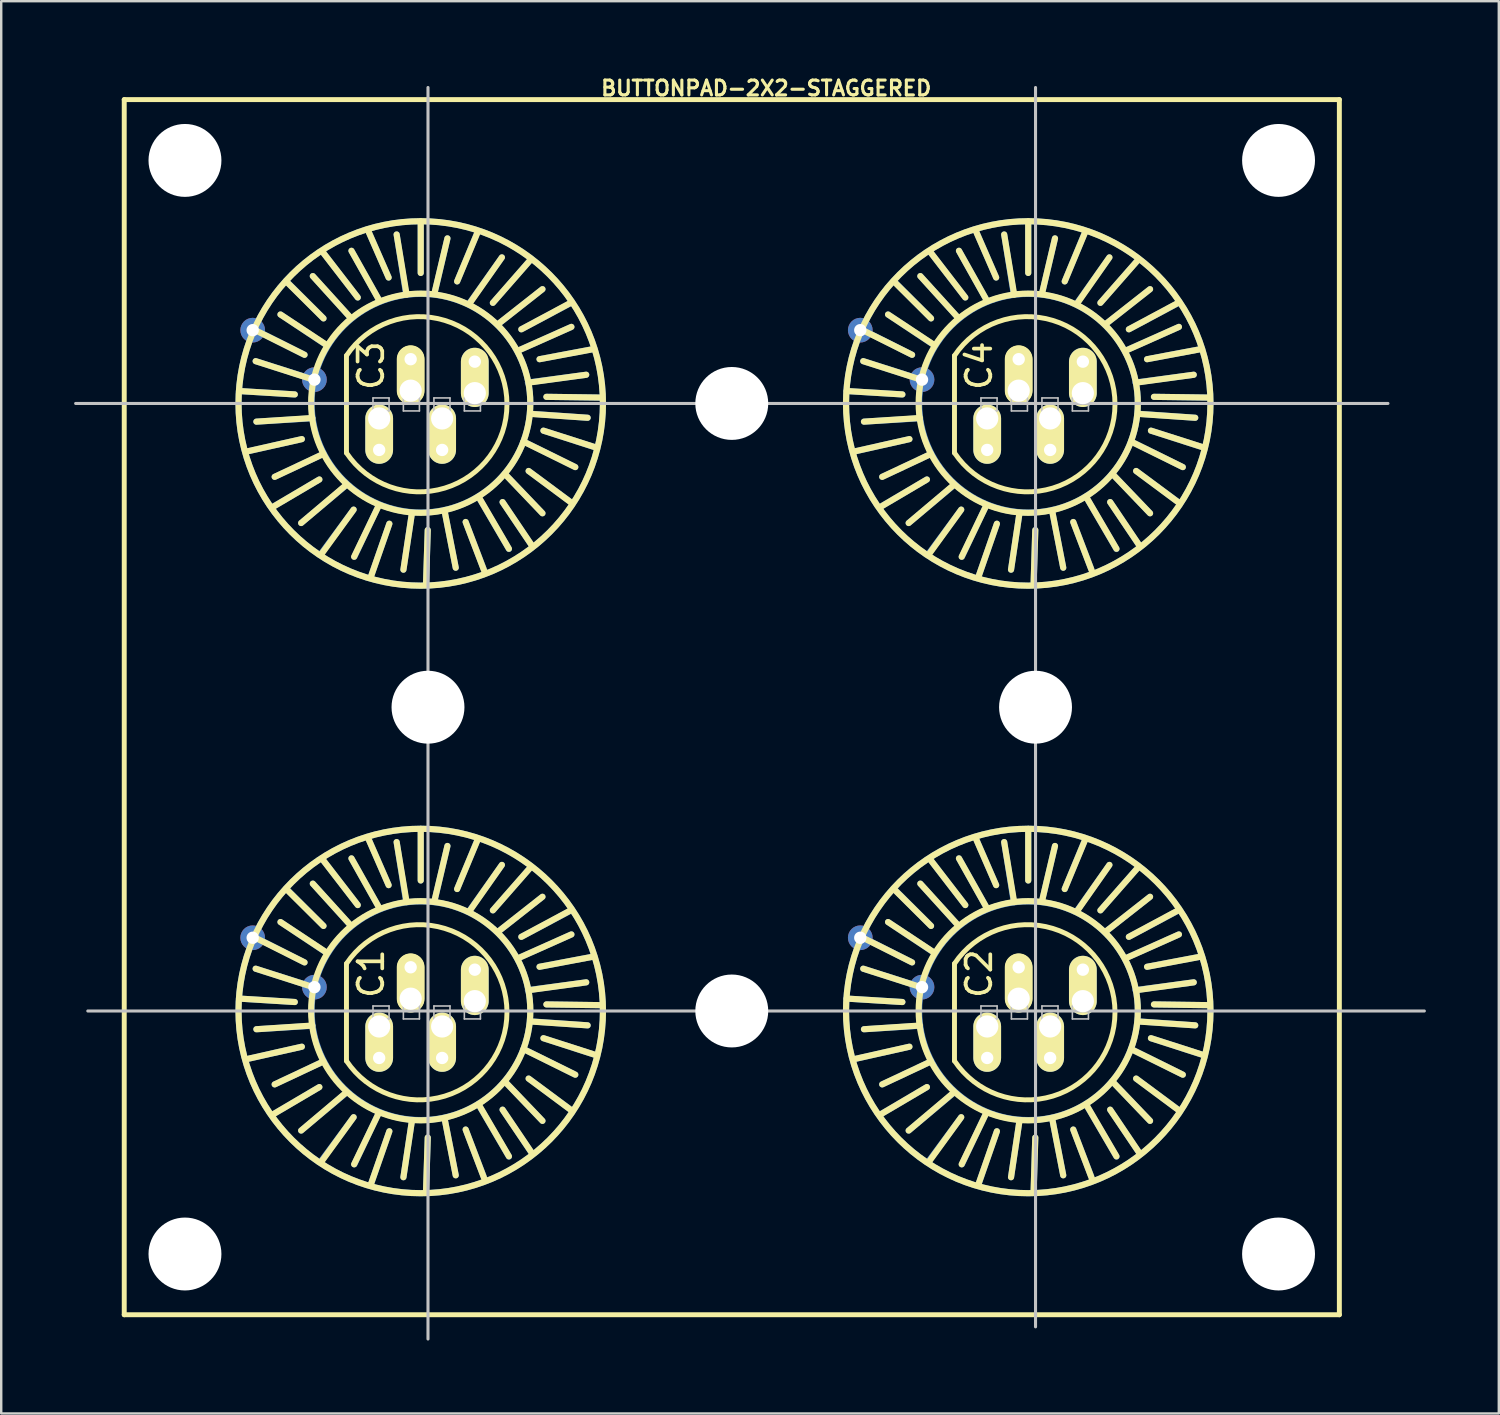
<source format=kicad_pcb>
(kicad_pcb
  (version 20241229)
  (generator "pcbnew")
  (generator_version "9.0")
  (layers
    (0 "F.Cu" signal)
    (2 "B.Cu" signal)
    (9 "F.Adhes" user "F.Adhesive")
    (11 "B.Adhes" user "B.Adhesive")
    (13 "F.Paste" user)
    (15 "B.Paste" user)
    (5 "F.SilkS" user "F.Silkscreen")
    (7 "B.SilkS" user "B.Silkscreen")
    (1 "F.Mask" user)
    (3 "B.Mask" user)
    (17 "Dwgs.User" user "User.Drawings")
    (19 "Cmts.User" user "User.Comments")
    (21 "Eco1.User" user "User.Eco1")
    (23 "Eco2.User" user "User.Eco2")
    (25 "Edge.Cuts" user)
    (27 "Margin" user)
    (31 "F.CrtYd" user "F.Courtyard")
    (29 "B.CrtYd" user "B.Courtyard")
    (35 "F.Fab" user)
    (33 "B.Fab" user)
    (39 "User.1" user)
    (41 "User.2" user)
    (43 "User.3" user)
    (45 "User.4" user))
  (footprint "BUTTONPAD-2X2-STAGGERED"
    (layer "F.Cu")
    (at 2.062 51.049)
    (property "Reference" "BUTTONPAD-2X2-STAGGERED" (at 26.416 -50.47 0) (layer "F.SilkS") (effects (font (size 0.61 0.61) (thickness 0.127))))
    (attr exclude_from_pos_files exclude_from_bom)
    (fp_line (start 4.719 -38.009) (end 7.018 -37.869) (stroke (width 0.254) (type solid)) (layer "B.Cu"))
    (fp_line (start 4.719 -13.01) (end 7.018 -12.868) (stroke (width 0.254) (type solid)) (layer "B.Cu"))
    (fp_line (start 5.039 -35.519) (end 7.308 -36.03) (stroke (width 0.254) (type solid)) (layer "B.Cu"))
    (fp_line (start 5.039 -10.518) (end 7.308 -11.029) (stroke (width 0.254) (type solid)) (layer "B.Cu"))
    (fp_line (start 5.359 -40.538) (end 7.419 -39.5) (stroke (width 0.254) (type solid)) (layer "B.Cu"))
    (fp_line (start 5.359 -15.54) (end 7.419 -14.498) (stroke (width 0.254) (type solid)) (layer "B.Cu"))
    (fp_line (start 6.129 -33.249) (end 8.029 -34.369) (stroke (width 0.254) (type solid)) (layer "B.Cu"))
    (fp_line (start 6.129 -8.25) (end 8.029 -9.368) (stroke (width 0.254) (type solid)) (layer "B.Cu"))
    (fp_line (start 6.698 -42.499) (end 8.199 -40.998) (stroke (width 0.254) (type solid)) (layer "B.Cu"))
    (fp_line (start 6.698 -17.498) (end 8.199 -15.999) (stroke (width 0.254) (type solid)) (layer "B.Cu"))
    (fp_line (start 7.739 -38.499) (end 5.408 -39.238) (stroke (width 0.254) (type solid)) (layer "B.Cu"))
    (fp_line (start 7.739 -36.888) (end 5.438 -36.749) (stroke (width 0.254) (type solid)) (layer "B.Cu"))
    (fp_line (start 7.739 -13.498) (end 5.408 -14.239) (stroke (width 0.254) (type solid)) (layer "B.Cu"))
    (fp_line (start 7.739 -11.89) (end 5.438 -11.748) (stroke (width 0.254) (type solid)) (layer "B.Cu"))
    (fp_line (start 8.108 -31.328) (end 9.439 -33.129) (stroke (width 0.254) (type solid)) (layer "B.Cu"))
    (fp_line (start 8.108 -6.33) (end 9.439 -8.128) (stroke (width 0.254) (type solid)) (layer "B.Cu"))
    (fp_line (start 8.189 -43.698) (end 9.609 -41.859) (stroke (width 0.254) (type solid)) (layer "B.Cu"))
    (fp_line (start 8.189 -35.418) (end 6.19 -34.478) (stroke (width 0.254) (type solid)) (layer "B.Cu"))
    (fp_line (start 8.189 -18.699) (end 9.609 -16.858) (stroke (width 0.254) (type solid)) (layer "B.Cu"))
    (fp_line (start 8.189 -10.419) (end 6.19 -9.479) (stroke (width 0.254) (type solid)) (layer "B.Cu"))
    (fp_line (start 8.349 -39.878) (end 6.429 -41.158) (stroke (width 0.254) (type solid)) (layer "B.Cu"))
    (fp_line (start 8.349 -14.879) (end 6.429 -16.159) (stroke (width 0.254) (type solid)) (layer "B.Cu"))
    (fp_line (start 9.129 -34.13) (end 7.28 -32.578) (stroke (width 0.254) (type solid)) (layer "B.Cu"))
    (fp_line (start 9.129 -9.129) (end 7.28 -7.579) (stroke (width 0.254) (type solid)) (layer "B.Cu"))
    (fp_line (start 9.289 -41.049) (end 7.76 -42.738) (stroke (width 0.254) (type solid)) (layer "B.Cu"))
    (fp_line (start 9.289 -16.048) (end 7.76 -17.739) (stroke (width 0.254) (type solid)) (layer "B.Cu"))
    (fp_line (start 10.038 -44.607) (end 10.879 -42.68) (stroke (width 0.254) (type solid)) (layer "B.Cu"))
    (fp_line (start 10.038 -19.609) (end 10.879 -17.678) (stroke (width 0.254) (type solid)) (layer "B.Cu"))
    (fp_line (start 10.168 -30.419) (end 10.909 -32.548) (stroke (width 0.254) (type solid)) (layer "B.Cu"))
    (fp_line (start 10.168 -5.418) (end 10.909 -7.549) (stroke (width 0.254) (type solid)) (layer "B.Cu"))
    (fp_line (start 10.46 -41.798) (end 9.35 -43.779) (stroke (width 0.254) (type solid)) (layer "B.Cu"))
    (fp_line (start 10.46 -33.279) (end 9.469 -31.189) (stroke (width 0.254) (type solid)) (layer "B.Cu"))
    (fp_line (start 10.46 -16.8) (end 9.35 -18.778) (stroke (width 0.254) (type solid)) (layer "B.Cu"))
    (fp_line (start 10.46 -8.278) (end 9.469 -6.19) (stroke (width 0.254) (type solid)) (layer "B.Cu"))
    (fp_line (start 10.49 -35.585) (end 10.49 -36.881) (stroke (width 1.143) (type solid)) (layer "B.Cu"))
    (fp_line (start 10.49 -10.566) (end 10.49 -11.862) (stroke (width 1.143) (type solid)) (layer "B.Cu"))
    (fp_line (start 11.587 -42.067) (end 11.209 -44.45) (stroke (width 0.254) (type solid)) (layer "B.Cu"))
    (fp_line (start 11.587 -17.069) (end 11.209 -19.449) (stroke (width 0.254) (type solid)) (layer "B.Cu"))
    (fp_line (start 11.829 -32.929) (end 11.488 -30.658) (stroke (width 0.254) (type solid)) (layer "B.Cu"))
    (fp_line (start 11.829 -7.93) (end 11.488 -5.659) (stroke (width 0.254) (type solid)) (layer "B.Cu"))
    (fp_line (start 12.2 -44.958) (end 12.2 -42.868) (stroke (width 0.254) (type solid)) (layer "B.Cu"))
    (fp_line (start 12.2 -19.959) (end 12.2 -17.869) (stroke (width 0.254) (type solid)) (layer "B.Cu"))
    (fp_line (start 12.418 -30.058) (end 12.489 -32.288) (stroke (width 0.254) (type solid)) (layer "B.Cu"))
    (fp_line (start 12.418 -5.06) (end 12.489 -7.29) (stroke (width 0.254) (type solid)) (layer "B.Cu"))
    (fp_line (start 12.789 -42.118) (end 13.299 -44.29) (stroke (width 0.254) (type solid)) (layer "B.Cu"))
    (fp_line (start 12.789 -17.12) (end 13.299 -19.289) (stroke (width 0.254) (type solid)) (layer "B.Cu"))
    (fp_line (start 13.081 -35.585) (end 13.081 -36.881) (stroke (width 1.143) (type solid)) (layer "B.Cu"))
    (fp_line (start 13.081 -10.566) (end 13.081 -11.862) (stroke (width 1.143) (type solid)) (layer "B.Cu"))
    (fp_line (start 13.188 -33.038) (end 13.64 -30.739) (stroke (width 0.254) (type solid)) (layer "B.Cu"))
    (fp_line (start 13.188 -8.039) (end 13.64 -5.738) (stroke (width 0.254) (type solid)) (layer "B.Cu"))
    (fp_line (start 14.178 -41.59) (end 15.54 -43.508) (stroke (width 0.254) (type solid)) (layer "B.Cu"))
    (fp_line (start 14.178 -16.589) (end 15.54 -18.509) (stroke (width 0.254) (type solid)) (layer "B.Cu"))
    (fp_line (start 14.425 -37.922) (end 14.425 -39.218) (stroke (width 1.143) (type solid)) (layer "B.Cu"))
    (fp_line (start 14.425 -12.903) (end 14.425 -14.199) (stroke (width 1.143) (type solid)) (layer "B.Cu"))
    (fp_line (start 14.529 -44.529) (end 13.698 -42.52) (stroke (width 0.254) (type solid)) (layer "B.Cu"))
    (fp_line (start 14.529 -19.528) (end 13.698 -17.518) (stroke (width 0.254) (type solid)) (layer "B.Cu"))
    (fp_line (start 14.608 -33.599) (end 15.829 -31.509) (stroke (width 0.254) (type solid)) (layer "B.Cu"))
    (fp_line (start 14.608 -8.598) (end 15.829 -6.507) (stroke (width 0.254) (type solid)) (layer "B.Cu"))
    (fp_line (start 14.788 -30.688) (end 14.049 -32.619) (stroke (width 0.254) (type solid)) (layer "B.Cu"))
    (fp_line (start 14.788 -5.69) (end 14.049 -7.62) (stroke (width 0.254) (type solid)) (layer "B.Cu"))
    (fp_line (start 15.38 -40.759) (end 17.209 -42.2) (stroke (width 0.254) (type solid)) (layer "B.Cu"))
    (fp_line (start 15.38 -15.758) (end 17.209 -17.198) (stroke (width 0.254) (type solid)) (layer "B.Cu"))
    (fp_line (start 15.7 -34.559) (end 17.209 -32.979) (stroke (width 0.254) (type solid)) (layer "B.Cu"))
    (fp_line (start 15.7 -9.558) (end 17.209 -7.978) (stroke (width 0.254) (type solid)) (layer "B.Cu"))
    (fp_line (start 16.18 -39.66) (end 18.4 -40.648) (stroke (width 0.254) (type solid)) (layer "B.Cu"))
    (fp_line (start 16.18 -14.658) (end 18.4 -15.649) (stroke (width 0.254) (type solid)) (layer "B.Cu"))
    (fp_line (start 16.5 -35.898) (end 18.56 -34.879) (stroke (width 0.254) (type solid)) (layer "B.Cu"))
    (fp_line (start 16.5 -10.899) (end 18.56 -9.878) (stroke (width 0.254) (type solid)) (layer "B.Cu"))
    (fp_line (start 16.609 -38.359) (end 19.009 -38.679) (stroke (width 0.254) (type solid)) (layer "B.Cu"))
    (fp_line (start 16.609 -13.358) (end 19.009 -13.678) (stroke (width 0.254) (type solid)) (layer "B.Cu"))
    (fp_line (start 16.718 -43.409) (end 15.169 -41.638) (stroke (width 0.254) (type solid)) (layer "B.Cu"))
    (fp_line (start 16.718 -18.41) (end 15.169 -16.64) (stroke (width 0.254) (type solid)) (layer "B.Cu"))
    (fp_line (start 16.739 -31.699) (end 15.568 -33.439) (stroke (width 0.254) (type solid)) (layer "B.Cu"))
    (fp_line (start 16.739 -6.698) (end 15.568 -8.438) (stroke (width 0.254) (type solid)) (layer "B.Cu"))
    (fp_line (start 16.8 -37.069) (end 19.068 -36.909) (stroke (width 0.254) (type solid)) (layer "B.Cu"))
    (fp_line (start 16.8 -12.068) (end 19.068 -11.908) (stroke (width 0.254) (type solid)) (layer "B.Cu"))
    (fp_line (start 18.349 -41.618) (end 16.34 -40.549) (stroke (width 0.254) (type solid)) (layer "B.Cu"))
    (fp_line (start 18.349 -16.619) (end 16.34 -15.55) (stroke (width 0.254) (type solid)) (layer "B.Cu"))
    (fp_line (start 18.369 -33.439) (end 16.64 -34.719) (stroke (width 0.254) (type solid)) (layer "B.Cu"))
    (fp_line (start 18.369 -8.438) (end 16.64 -9.718) (stroke (width 0.254) (type solid)) (layer "B.Cu"))
    (fp_line (start 19.309 -39.738) (end 17.089 -39.319) (stroke (width 0.254) (type solid)) (layer "B.Cu"))
    (fp_line (start 19.309 -14.74) (end 17.089 -14.318) (stroke (width 0.254) (type solid)) (layer "B.Cu"))
    (fp_line (start 19.418 -35.679) (end 17.249 -36.378) (stroke (width 0.254) (type solid)) (layer "B.Cu"))
    (fp_line (start 19.418 -10.678) (end 17.249 -11.379) (stroke (width 0.254) (type solid)) (layer "B.Cu"))
    (fp_line (start 19.578 -37.739) (end 17.379 -37.77) (stroke (width 0.254) (type solid)) (layer "B.Cu"))
    (fp_line (start 19.578 -12.738) (end 17.379 -12.769) (stroke (width 0.254) (type solid)) (layer "B.Cu"))
    (fp_line (start 29.718 -38.009) (end 32.019 -37.869) (stroke (width 0.254) (type solid)) (layer "B.Cu"))
    (fp_line (start 29.718 -13.01) (end 32.019 -12.868) (stroke (width 0.254) (type solid)) (layer "B.Cu"))
    (fp_line (start 30.038 -35.519) (end 32.309 -36.03) (stroke (width 0.254) (type solid)) (layer "B.Cu"))
    (fp_line (start 30.038 -10.518) (end 32.309 -11.029) (stroke (width 0.254) (type solid)) (layer "B.Cu"))
    (fp_line (start 30.358 -40.538) (end 32.418 -39.5) (stroke (width 0.254) (type solid)) (layer "B.Cu"))
    (fp_line (start 30.358 -15.54) (end 32.418 -14.498) (stroke (width 0.254) (type solid)) (layer "B.Cu"))
    (fp_line (start 31.128 -33.249) (end 33.028 -34.369) (stroke (width 0.254) (type solid)) (layer "B.Cu"))
    (fp_line (start 31.128 -8.25) (end 33.028 -9.368) (stroke (width 0.254) (type solid)) (layer "B.Cu"))
    (fp_line (start 31.699 -42.499) (end 33.198 -40.998) (stroke (width 0.254) (type solid)) (layer "B.Cu"))
    (fp_line (start 31.699 -17.498) (end 33.198 -15.999) (stroke (width 0.254) (type solid)) (layer "B.Cu"))
    (fp_line (start 32.738 -38.499) (end 30.409 -39.238) (stroke (width 0.254) (type solid)) (layer "B.Cu"))
    (fp_line (start 32.738 -36.888) (end 30.439 -36.749) (stroke (width 0.254) (type solid)) (layer "B.Cu"))
    (fp_line (start 32.738 -13.498) (end 30.409 -14.239) (stroke (width 0.254) (type solid)) (layer "B.Cu"))
    (fp_line (start 32.738 -11.89) (end 30.439 -11.748) (stroke (width 0.254) (type solid)) (layer "B.Cu"))
    (fp_line (start 33.109 -31.328) (end 34.44 -33.129) (stroke (width 0.254) (type solid)) (layer "B.Cu"))
    (fp_line (start 33.109 -6.33) (end 34.44 -8.128) (stroke (width 0.254) (type solid)) (layer "B.Cu"))
    (fp_line (start 33.188 -43.698) (end 34.608 -41.859) (stroke (width 0.254) (type solid)) (layer "B.Cu"))
    (fp_line (start 33.188 -35.418) (end 31.189 -34.478) (stroke (width 0.254) (type solid)) (layer "B.Cu"))
    (fp_line (start 33.188 -18.699) (end 34.608 -16.858) (stroke (width 0.254) (type solid)) (layer "B.Cu"))
    (fp_line (start 33.188 -10.419) (end 31.189 -9.479) (stroke (width 0.254) (type solid)) (layer "B.Cu"))
    (fp_line (start 33.348 -39.878) (end 31.43 -41.158) (stroke (width 0.254) (type solid)) (layer "B.Cu"))
    (fp_line (start 33.348 -14.879) (end 31.43 -16.159) (stroke (width 0.254) (type solid)) (layer "B.Cu"))
    (fp_line (start 34.13 -34.13) (end 32.278 -32.578) (stroke (width 0.254) (type solid)) (layer "B.Cu"))
    (fp_line (start 34.13 -9.129) (end 32.278 -7.579) (stroke (width 0.254) (type solid)) (layer "B.Cu"))
    (fp_line (start 34.29 -41.049) (end 32.758 -42.738) (stroke (width 0.254) (type solid)) (layer "B.Cu"))
    (fp_line (start 34.29 -16.048) (end 32.758 -17.739) (stroke (width 0.254) (type solid)) (layer "B.Cu"))
    (fp_line (start 35.039 -44.607) (end 35.877 -42.68) (stroke (width 0.254) (type solid)) (layer "B.Cu"))
    (fp_line (start 35.039 -19.609) (end 35.877 -17.678) (stroke (width 0.254) (type solid)) (layer "B.Cu"))
    (fp_line (start 35.169 -30.419) (end 35.908 -32.548) (stroke (width 0.254) (type solid)) (layer "B.Cu"))
    (fp_line (start 35.169 -5.418) (end 35.908 -7.549) (stroke (width 0.254) (type solid)) (layer "B.Cu"))
    (fp_line (start 35.458 -41.798) (end 34.348 -43.779) (stroke (width 0.254) (type solid)) (layer "B.Cu"))
    (fp_line (start 35.458 -33.279) (end 34.468 -31.189) (stroke (width 0.254) (type solid)) (layer "B.Cu"))
    (fp_line (start 35.458 -16.8) (end 34.348 -18.778) (stroke (width 0.254) (type solid)) (layer "B.Cu"))
    (fp_line (start 35.458 -8.278) (end 34.468 -6.19) (stroke (width 0.254) (type solid)) (layer "B.Cu"))
    (fp_line (start 35.509 -35.585) (end 35.509 -36.881) (stroke (width 1.143) (type solid)) (layer "B.Cu"))
    (fp_line (start 35.509 -10.566) (end 35.509 -11.862) (stroke (width 1.143) (type solid)) (layer "B.Cu"))
    (fp_line (start 36.589 -42.067) (end 36.208 -44.45) (stroke (width 0.254) (type solid)) (layer "B.Cu"))
    (fp_line (start 36.589 -17.069) (end 36.208 -19.449) (stroke (width 0.254) (type solid)) (layer "B.Cu"))
    (fp_line (start 36.83 -32.929) (end 36.49 -30.658) (stroke (width 0.254) (type solid)) (layer "B.Cu"))
    (fp_line (start 36.83 -7.93) (end 36.49 -5.659) (stroke (width 0.254) (type solid)) (layer "B.Cu"))
    (fp_line (start 37.198 -44.958) (end 37.198 -42.868) (stroke (width 0.254) (type solid)) (layer "B.Cu"))
    (fp_line (start 37.198 -19.959) (end 37.198 -17.869) (stroke (width 0.254) (type solid)) (layer "B.Cu"))
    (fp_line (start 37.419 -30.058) (end 37.488 -32.288) (stroke (width 0.254) (type solid)) (layer "B.Cu"))
    (fp_line (start 37.419 -5.06) (end 37.488 -7.29) (stroke (width 0.254) (type solid)) (layer "B.Cu"))
    (fp_line (start 37.788 -42.118) (end 38.298 -44.29) (stroke (width 0.254) (type solid)) (layer "B.Cu"))
    (fp_line (start 37.788 -17.12) (end 38.298 -19.289) (stroke (width 0.254) (type solid)) (layer "B.Cu"))
    (fp_line (start 38.1 -35.585) (end 38.1 -36.881) (stroke (width 1.143) (type solid)) (layer "B.Cu"))
    (fp_line (start 38.1 -10.566) (end 38.1 -11.862) (stroke (width 1.143) (type solid)) (layer "B.Cu"))
    (fp_line (start 38.189 -33.038) (end 38.638 -30.739) (stroke (width 0.254) (type solid)) (layer "B.Cu"))
    (fp_line (start 38.189 -8.039) (end 38.638 -5.738) (stroke (width 0.254) (type solid)) (layer "B.Cu"))
    (fp_line (start 39.179 -41.59) (end 40.538 -43.508) (stroke (width 0.254) (type solid)) (layer "B.Cu"))
    (fp_line (start 39.179 -16.589) (end 40.538 -18.509) (stroke (width 0.254) (type solid)) (layer "B.Cu"))
    (fp_line (start 39.446 -37.922) (end 39.446 -39.218) (stroke (width 1.143) (type solid)) (layer "B.Cu"))
    (fp_line (start 39.446 -12.903) (end 39.446 -14.199) (stroke (width 1.143) (type solid)) (layer "B.Cu"))
    (fp_line (start 39.527 -44.529) (end 38.699 -42.52) (stroke (width 0.254) (type solid)) (layer "B.Cu"))
    (fp_line (start 39.527 -19.528) (end 38.699 -17.518) (stroke (width 0.254) (type solid)) (layer "B.Cu"))
    (fp_line (start 39.609 -33.599) (end 40.828 -31.509) (stroke (width 0.254) (type solid)) (layer "B.Cu"))
    (fp_line (start 39.609 -8.598) (end 40.828 -6.507) (stroke (width 0.254) (type solid)) (layer "B.Cu"))
    (fp_line (start 39.789 -30.688) (end 39.05 -32.619) (stroke (width 0.254) (type solid)) (layer "B.Cu"))
    (fp_line (start 39.789 -5.69) (end 39.05 -7.62) (stroke (width 0.254) (type solid)) (layer "B.Cu"))
    (fp_line (start 40.378 -40.759) (end 42.21 -42.2) (stroke (width 0.254) (type solid)) (layer "B.Cu"))
    (fp_line (start 40.378 -15.758) (end 42.21 -17.198) (stroke (width 0.254) (type solid)) (layer "B.Cu"))
    (fp_line (start 40.698 -34.559) (end 42.21 -32.979) (stroke (width 0.254) (type solid)) (layer "B.Cu"))
    (fp_line (start 40.698 -9.558) (end 42.21 -7.978) (stroke (width 0.254) (type solid)) (layer "B.Cu"))
    (fp_line (start 41.178 -39.66) (end 43.398 -40.648) (stroke (width 0.254) (type solid)) (layer "B.Cu"))
    (fp_line (start 41.178 -14.658) (end 43.398 -15.649) (stroke (width 0.254) (type solid)) (layer "B.Cu"))
    (fp_line (start 41.499 -35.898) (end 43.558 -34.879) (stroke (width 0.254) (type solid)) (layer "B.Cu"))
    (fp_line (start 41.499 -10.899) (end 43.558 -9.878) (stroke (width 0.254) (type solid)) (layer "B.Cu"))
    (fp_line (start 41.608 -38.359) (end 44.008 -38.679) (stroke (width 0.254) (type solid)) (layer "B.Cu"))
    (fp_line (start 41.608 -13.358) (end 44.008 -13.678) (stroke (width 0.254) (type solid)) (layer "B.Cu"))
    (fp_line (start 41.719 -43.409) (end 40.168 -41.638) (stroke (width 0.254) (type solid)) (layer "B.Cu"))
    (fp_line (start 41.719 -18.41) (end 40.168 -16.64) (stroke (width 0.254) (type solid)) (layer "B.Cu"))
    (fp_line (start 41.74 -31.699) (end 40.569 -33.439) (stroke (width 0.254) (type solid)) (layer "B.Cu"))
    (fp_line (start 41.74 -6.698) (end 40.569 -8.438) (stroke (width 0.254) (type solid)) (layer "B.Cu"))
    (fp_line (start 41.798 -37.069) (end 44.069 -36.909) (stroke (width 0.254) (type solid)) (layer "B.Cu"))
    (fp_line (start 41.798 -12.068) (end 44.069 -11.908) (stroke (width 0.254) (type solid)) (layer "B.Cu"))
    (fp_line (start 43.348 -41.618) (end 41.339 -40.549) (stroke (width 0.254) (type solid)) (layer "B.Cu"))
    (fp_line (start 43.348 -16.619) (end 41.339 -15.55) (stroke (width 0.254) (type solid)) (layer "B.Cu"))
    (fp_line (start 43.368 -33.439) (end 41.638 -34.719) (stroke (width 0.254) (type solid)) (layer "B.Cu"))
    (fp_line (start 43.368 -8.438) (end 41.638 -9.718) (stroke (width 0.254) (type solid)) (layer "B.Cu"))
    (fp_line (start 44.308 -39.738) (end 42.088 -39.319) (stroke (width 0.254) (type solid)) (layer "B.Cu"))
    (fp_line (start 44.308 -14.74) (end 42.088 -14.318) (stroke (width 0.254) (type solid)) (layer "B.Cu"))
    (fp_line (start 44.42 -35.679) (end 42.248 -36.378) (stroke (width 0.254) (type solid)) (layer "B.Cu"))
    (fp_line (start 44.42 -10.678) (end 42.248 -11.379) (stroke (width 0.254) (type solid)) (layer "B.Cu"))
    (fp_line (start 44.58 -37.739) (end 42.38 -37.77) (stroke (width 0.254) (type solid)) (layer "B.Cu"))
    (fp_line (start 44.58 -12.738) (end 42.38 -12.769) (stroke (width 0.254) (type solid)) (layer "B.Cu"))
    (fp_circle (center 12.2 -37.498) (end 12.2 -44.996) (stroke (width 0.254) (type solid)) (fill no) (layer "B.Cu"))
    (fp_circle (center 12.2 -12.499) (end 12.2 -19.997) (stroke (width 0.254) (type solid)) (fill no) (layer "B.Cu"))
    (fp_circle (center 12.21 -37.508) (end 12.21 -42.007) (stroke (width 0.254) (type solid)) (fill no) (layer "B.Cu"))
    (fp_circle (center 12.21 -12.509) (end 12.21 -17.008) (stroke (width 0.254) (type solid)) (fill no) (layer "B.Cu"))
    (fp_circle (center 37.198 -37.498) (end 37.198 -44.996) (stroke (width 0.254) (type solid)) (fill no) (layer "B.Cu"))
    (fp_circle (center 37.198 -12.499) (end 37.198 -19.997) (stroke (width 0.254) (type solid)) (fill no) (layer "B.Cu"))
    (fp_circle (center 37.208 -37.508) (end 37.208 -42.007) (stroke (width 0.254) (type solid)) (fill no) (layer "B.Cu"))
    (fp_circle (center 37.208 -12.509) (end 37.208 -17.008) (stroke (width 0.254) (type solid)) (fill no) (layer "B.Cu"))
    (fp_line (start 0 -50) (end 50 -50) (stroke (width 0.203) (type solid)) (layer "F.SilkS"))
    (fp_line (start 0 0) (end 0 -50) (stroke (width 0.203) (type solid)) (layer "F.SilkS"))
    (fp_line (start 4.729 -38.009) (end 7.018 -37.869) (stroke (width 0.254) (type solid)) (layer "F.SilkS"))
    (fp_line (start 4.729 -13.01) (end 7.018 -12.868) (stroke (width 0.254) (type solid)) (layer "F.SilkS"))
    (fp_line (start 5.359 -40.528) (end 7.419 -39.5) (stroke (width 0.254) (type solid)) (layer "F.SilkS"))
    (fp_line (start 5.359 -15.53) (end 7.419 -14.498) (stroke (width 0.254) (type solid)) (layer "F.SilkS"))
    (fp_line (start 5.408 -39.238) (end 7.777 -38.478) (stroke (width 0.254) (type solid)) (layer "F.SilkS"))
    (fp_line (start 5.408 -14.239) (end 7.777 -13.48) (stroke (width 0.254) (type solid)) (layer "F.SilkS"))
    (fp_line (start 5.438 -36.749) (end 7.739 -36.899) (stroke (width 0.254) (type solid)) (layer "F.SilkS"))
    (fp_line (start 5.438 -11.748) (end 7.739 -11.9) (stroke (width 0.254) (type solid)) (layer "F.SilkS"))
    (fp_line (start 6.078 -33.218) (end 8.029 -34.369) (stroke (width 0.254) (type solid)) (layer "F.SilkS"))
    (fp_line (start 6.078 -8.219) (end 8.029 -9.368) (stroke (width 0.254) (type solid)) (layer "F.SilkS"))
    (fp_line (start 6.19 -34.478) (end 8.189 -35.418) (stroke (width 0.254) (type solid)) (layer "F.SilkS"))
    (fp_line (start 6.19 -9.479) (end 8.189 -10.419) (stroke (width 0.254) (type solid)) (layer "F.SilkS"))
    (fp_line (start 6.429 -41.158) (end 8.288 -39.929) (stroke (width 0.254) (type solid)) (layer "F.SilkS"))
    (fp_line (start 6.429 -16.159) (end 8.288 -14.928) (stroke (width 0.254) (type solid)) (layer "F.SilkS"))
    (fp_line (start 6.678 -42.509) (end 8.199 -40.998) (stroke (width 0.254) (type solid)) (layer "F.SilkS"))
    (fp_line (start 6.678 -17.508) (end 8.199 -15.999) (stroke (width 0.254) (type solid)) (layer "F.SilkS"))
    (fp_line (start 7.308 -36.03) (end 5.029 -35.519) (stroke (width 0.254) (type solid)) (layer "F.SilkS"))
    (fp_line (start 7.308 -11.029) (end 5.029 -10.518) (stroke (width 0.254) (type solid)) (layer "F.SilkS"))
    (fp_line (start 7.76 -42.738) (end 9.319 -41.018) (stroke (width 0.254) (type solid)) (layer "F.SilkS"))
    (fp_line (start 7.76 -17.739) (end 9.319 -16.02) (stroke (width 0.254) (type solid)) (layer "F.SilkS"))
    (fp_line (start 8.158 -43.739) (end 9.609 -41.859) (stroke (width 0.254) (type solid)) (layer "F.SilkS"))
    (fp_line (start 8.158 -18.738) (end 9.609 -16.858) (stroke (width 0.254) (type solid)) (layer "F.SilkS"))
    (fp_line (start 9.144 -39.464) (end 9.144 -35.463) (stroke (width 0.203) (type solid)) (layer "F.SilkS"))
    (fp_line (start 9.144 -14.445) (end 9.144 -10.444) (stroke (width 0.203) (type solid)) (layer "F.SilkS"))
    (fp_line (start 9.149 -34.158) (end 7.28 -32.578) (stroke (width 0.254) (type solid)) (layer "F.SilkS"))
    (fp_line (start 9.149 -9.159) (end 7.28 -7.579) (stroke (width 0.254) (type solid)) (layer "F.SilkS"))
    (fp_line (start 9.35 -43.779) (end 10.46 -41.798) (stroke (width 0.254) (type solid)) (layer "F.SilkS"))
    (fp_line (start 9.35 -18.778) (end 10.46 -16.8) (stroke (width 0.254) (type solid)) (layer "F.SilkS"))
    (fp_line (start 9.439 -33.129) (end 8.098 -31.278) (stroke (width 0.254) (type solid)) (layer "F.SilkS"))
    (fp_line (start 9.439 -8.128) (end 8.098 -6.279) (stroke (width 0.254) (type solid)) (layer "F.SilkS"))
    (fp_line (start 9.459 -31.189) (end 10.45 -33.249) (stroke (width 0.254) (type solid)) (layer "F.SilkS"))
    (fp_line (start 9.459 -6.19) (end 10.45 -8.25) (stroke (width 0.254) (type solid)) (layer "F.SilkS"))
    (fp_line (start 10.49 -35.585) (end 10.49 -36.881) (stroke (width 1.143) (type solid)) (layer "F.SilkS"))
    (fp_line (start 10.49 -10.566) (end 10.49 -11.862) (stroke (width 1.143) (type solid)) (layer "F.SilkS"))
    (fp_line (start 10.879 -42.68) (end 10.018 -44.648) (stroke (width 0.254) (type solid)) (layer "F.SilkS"))
    (fp_line (start 10.879 -17.678) (end 10.018 -19.649) (stroke (width 0.254) (type solid)) (layer "F.SilkS"))
    (fp_line (start 10.909 -32.548) (end 10.15 -30.368) (stroke (width 0.254) (type solid)) (layer "F.SilkS"))
    (fp_line (start 10.909 -7.549) (end 10.15 -5.37) (stroke (width 0.254) (type solid)) (layer "F.SilkS"))
    (fp_line (start 11.488 -30.658) (end 11.839 -32.99) (stroke (width 0.254) (type solid)) (layer "F.SilkS"))
    (fp_line (start 11.488 -5.659) (end 11.839 -7.988) (stroke (width 0.254) (type solid)) (layer "F.SilkS"))
    (fp_line (start 11.618 -41.979) (end 11.209 -44.45) (stroke (width 0.254) (type solid)) (layer "F.SilkS"))
    (fp_line (start 11.618 -16.98) (end 11.209 -19.449) (stroke (width 0.254) (type solid)) (layer "F.SilkS"))
    (fp_line (start 11.786 -38.024) (end 11.786 -39.319) (stroke (width 1.118) (type solid)) (layer "F.SilkS"))
    (fp_line (start 11.786 -38.024) (end 11.786 -39.319) (stroke (width 1.143) (type solid)) (layer "F.SilkS"))
    (fp_line (start 11.786 -13.005) (end 11.786 -14.298) (stroke (width 1.118) (type solid)) (layer "F.SilkS"))
    (fp_line (start 11.786 -13.005) (end 11.786 -14.298) (stroke (width 1.143) (type solid)) (layer "F.SilkS"))
    (fp_line (start 12.2 -42.868) (end 12.2 -44.988) (stroke (width 0.254) (type solid)) (layer "F.SilkS"))
    (fp_line (start 12.2 -17.869) (end 12.2 -19.99) (stroke (width 0.254) (type solid)) (layer "F.SilkS"))
    (fp_line (start 12.489 -32.288) (end 12.418 -30.058) (stroke (width 0.254) (type solid)) (layer "F.SilkS"))
    (fp_line (start 12.489 -7.29) (end 12.418 -5.06) (stroke (width 0.254) (type solid)) (layer "F.SilkS"))
    (fp_line (start 12.758 -42.009) (end 13.299 -44.29) (stroke (width 0.254) (type solid)) (layer "F.SilkS"))
    (fp_line (start 12.758 -17.008) (end 13.299 -19.289) (stroke (width 0.254) (type solid)) (layer "F.SilkS"))
    (fp_line (start 13.081 -35.585) (end 13.081 -36.881) (stroke (width 1.143) (type solid)) (layer "F.SilkS"))
    (fp_line (start 13.081 -10.566) (end 13.081 -11.862) (stroke (width 1.143) (type solid)) (layer "F.SilkS"))
    (fp_line (start 13.64 -30.739) (end 13.178 -33.089) (stroke (width 0.254) (type solid)) (layer "F.SilkS"))
    (fp_line (start 13.64 -5.738) (end 13.178 -8.09) (stroke (width 0.254) (type solid)) (layer "F.SilkS"))
    (fp_line (start 13.698 -42.52) (end 14.539 -44.539) (stroke (width 0.254) (type solid)) (layer "F.SilkS"))
    (fp_line (start 13.698 -17.518) (end 14.539 -19.538) (stroke (width 0.254) (type solid)) (layer "F.SilkS"))
    (fp_line (start 14.049 -32.619) (end 14.829 -30.569) (stroke (width 0.254) (type solid)) (layer "F.SilkS"))
    (fp_line (start 14.049 -7.62) (end 14.829 -5.568) (stroke (width 0.254) (type solid)) (layer "F.SilkS"))
    (fp_line (start 14.199 -41.598) (end 15.54 -43.508) (stroke (width 0.254) (type solid)) (layer "F.SilkS"))
    (fp_line (start 14.199 -16.599) (end 15.54 -18.509) (stroke (width 0.254) (type solid)) (layer "F.SilkS"))
    (fp_line (start 14.425 -37.922) (end 14.425 -39.218) (stroke (width 1.143) (type solid)) (layer "F.SilkS"))
    (fp_line (start 14.425 -12.903) (end 14.425 -14.199) (stroke (width 1.143) (type solid)) (layer "F.SilkS"))
    (fp_line (start 15.39 -40.77) (end 17.209 -42.2) (stroke (width 0.254) (type solid)) (layer "F.SilkS"))
    (fp_line (start 15.39 -15.768) (end 17.209 -17.198) (stroke (width 0.254) (type solid)) (layer "F.SilkS"))
    (fp_line (start 15.568 -33.439) (end 16.769 -31.659) (stroke (width 0.254) (type solid)) (layer "F.SilkS"))
    (fp_line (start 15.568 -8.438) (end 16.769 -6.66) (stroke (width 0.254) (type solid)) (layer "F.SilkS"))
    (fp_line (start 15.659 -34.6) (end 17.209 -32.979) (stroke (width 0.254) (type solid)) (layer "F.SilkS"))
    (fp_line (start 15.659 -9.599) (end 17.209 -7.978) (stroke (width 0.254) (type solid)) (layer "F.SilkS"))
    (fp_line (start 15.829 -31.519) (end 14.58 -33.658) (stroke (width 0.254) (type solid)) (layer "F.SilkS"))
    (fp_line (start 15.829 -6.518) (end 14.58 -8.659) (stroke (width 0.254) (type solid)) (layer "F.SilkS"))
    (fp_line (start 16.228 -39.68) (end 18.4 -40.648) (stroke (width 0.254) (type solid)) (layer "F.SilkS"))
    (fp_line (start 16.228 -14.679) (end 18.4 -15.649) (stroke (width 0.254) (type solid)) (layer "F.SilkS"))
    (fp_line (start 16.34 -40.549) (end 18.369 -41.638) (stroke (width 0.254) (type solid)) (layer "F.SilkS"))
    (fp_line (start 16.34 -15.55) (end 18.369 -16.64) (stroke (width 0.254) (type solid)) (layer "F.SilkS"))
    (fp_line (start 16.429 -35.928) (end 18.56 -34.879) (stroke (width 0.254) (type solid)) (layer "F.SilkS"))
    (fp_line (start 16.429 -10.93) (end 18.56 -9.878) (stroke (width 0.254) (type solid)) (layer "F.SilkS"))
    (fp_line (start 16.64 -34.719) (end 18.39 -33.419) (stroke (width 0.254) (type solid)) (layer "F.SilkS"))
    (fp_line (start 16.64 -9.718) (end 18.39 -8.418) (stroke (width 0.254) (type solid)) (layer "F.SilkS"))
    (fp_line (start 16.667 -38.359) (end 19.009 -38.679) (stroke (width 0.254) (type solid)) (layer "F.SilkS"))
    (fp_line (start 16.667 -13.358) (end 19.009 -13.678) (stroke (width 0.254) (type solid)) (layer "F.SilkS"))
    (fp_line (start 16.708 -37.069) (end 19.068 -36.909) (stroke (width 0.254) (type solid)) (layer "F.SilkS"))
    (fp_line (start 16.708 -12.068) (end 19.068 -11.908) (stroke (width 0.254) (type solid)) (layer "F.SilkS"))
    (fp_line (start 16.728 -43.419) (end 15.169 -41.638) (stroke (width 0.254) (type solid)) (layer "F.SilkS"))
    (fp_line (start 16.728 -18.418) (end 15.169 -16.64) (stroke (width 0.254) (type solid)) (layer "F.SilkS"))
    (fp_line (start 17.089 -39.319) (end 19.329 -39.738) (stroke (width 0.254) (type solid)) (layer "F.SilkS"))
    (fp_line (start 17.089 -14.318) (end 19.329 -14.74) (stroke (width 0.254) (type solid)) (layer "F.SilkS"))
    (fp_line (start 17.249 -36.378) (end 19.367 -35.7) (stroke (width 0.254) (type solid)) (layer "F.SilkS"))
    (fp_line (start 17.249 -11.379) (end 19.367 -10.698) (stroke (width 0.254) (type solid)) (layer "F.SilkS"))
    (fp_line (start 17.369 -37.77) (end 19.66 -37.739) (stroke (width 0.254) (type solid)) (layer "F.SilkS"))
    (fp_line (start 17.369 -12.769) (end 19.66 -12.738) (stroke (width 0.254) (type solid)) (layer "F.SilkS"))
    (fp_line (start 29.728 -38.009) (end 32.019 -37.869) (stroke (width 0.254) (type solid)) (layer "F.SilkS"))
    (fp_line (start 29.728 -13.01) (end 32.019 -12.868) (stroke (width 0.254) (type solid)) (layer "F.SilkS"))
    (fp_line (start 30.358 -40.528) (end 32.418 -39.5) (stroke (width 0.254) (type solid)) (layer "F.SilkS"))
    (fp_line (start 30.358 -15.53) (end 32.418 -14.498) (stroke (width 0.254) (type solid)) (layer "F.SilkS"))
    (fp_line (start 30.409 -39.238) (end 32.779 -38.478) (stroke (width 0.254) (type solid)) (layer "F.SilkS"))
    (fp_line (start 30.409 -14.239) (end 32.779 -13.48) (stroke (width 0.254) (type solid)) (layer "F.SilkS"))
    (fp_line (start 30.439 -36.749) (end 32.738 -36.899) (stroke (width 0.254) (type solid)) (layer "F.SilkS"))
    (fp_line (start 30.439 -11.748) (end 32.738 -11.9) (stroke (width 0.254) (type solid)) (layer "F.SilkS"))
    (fp_line (start 31.079 -33.218) (end 33.028 -34.369) (stroke (width 0.254) (type solid)) (layer "F.SilkS"))
    (fp_line (start 31.079 -8.219) (end 33.028 -9.368) (stroke (width 0.254) (type solid)) (layer "F.SilkS"))
    (fp_line (start 31.189 -34.478) (end 33.188 -35.418) (stroke (width 0.254) (type solid)) (layer "F.SilkS"))
    (fp_line (start 31.189 -9.479) (end 33.188 -10.419) (stroke (width 0.254) (type solid)) (layer "F.SilkS"))
    (fp_line (start 31.43 -41.158) (end 33.289 -39.929) (stroke (width 0.254) (type solid)) (layer "F.SilkS"))
    (fp_line (start 31.43 -16.159) (end 33.289 -14.928) (stroke (width 0.254) (type solid)) (layer "F.SilkS"))
    (fp_line (start 31.679 -42.509) (end 33.198 -40.998) (stroke (width 0.254) (type solid)) (layer "F.SilkS"))
    (fp_line (start 31.679 -17.508) (end 33.198 -15.999) (stroke (width 0.254) (type solid)) (layer "F.SilkS"))
    (fp_line (start 32.309 -36.03) (end 30.028 -35.519) (stroke (width 0.254) (type solid)) (layer "F.SilkS"))
    (fp_line (start 32.309 -11.029) (end 30.028 -10.518) (stroke (width 0.254) (type solid)) (layer "F.SilkS"))
    (fp_line (start 32.758 -42.738) (end 34.318 -41.018) (stroke (width 0.254) (type solid)) (layer "F.SilkS"))
    (fp_line (start 32.758 -17.739) (end 34.318 -16.02) (stroke (width 0.254) (type solid)) (layer "F.SilkS"))
    (fp_line (start 33.16 -43.739) (end 34.608 -41.859) (stroke (width 0.254) (type solid)) (layer "F.SilkS"))
    (fp_line (start 33.16 -18.738) (end 34.608 -16.858) (stroke (width 0.254) (type solid)) (layer "F.SilkS"))
    (fp_line (start 34.148 -34.158) (end 32.278 -32.578) (stroke (width 0.254) (type solid)) (layer "F.SilkS"))
    (fp_line (start 34.148 -9.159) (end 32.278 -7.579) (stroke (width 0.254) (type solid)) (layer "F.SilkS"))
    (fp_line (start 34.163 -39.464) (end 34.163 -35.463) (stroke (width 0.203) (type solid)) (layer "F.SilkS"))
    (fp_line (start 34.163 -14.445) (end 34.163 -10.444) (stroke (width 0.203) (type solid)) (layer "F.SilkS"))
    (fp_line (start 34.348 -43.779) (end 35.458 -41.798) (stroke (width 0.254) (type solid)) (layer "F.SilkS"))
    (fp_line (start 34.348 -18.778) (end 35.458 -16.8) (stroke (width 0.254) (type solid)) (layer "F.SilkS"))
    (fp_line (start 34.44 -33.129) (end 33.099 -31.278) (stroke (width 0.254) (type solid)) (layer "F.SilkS"))
    (fp_line (start 34.44 -8.128) (end 33.099 -6.279) (stroke (width 0.254) (type solid)) (layer "F.SilkS"))
    (fp_line (start 34.458 -31.189) (end 35.448 -33.249) (stroke (width 0.254) (type solid)) (layer "F.SilkS"))
    (fp_line (start 34.458 -6.19) (end 35.448 -8.25) (stroke (width 0.254) (type solid)) (layer "F.SilkS"))
    (fp_line (start 35.509 -35.585) (end 35.509 -36.881) (stroke (width 1.143) (type solid)) (layer "F.SilkS"))
    (fp_line (start 35.509 -10.566) (end 35.509 -11.862) (stroke (width 1.143) (type solid)) (layer "F.SilkS"))
    (fp_line (start 35.877 -42.68) (end 35.019 -44.648) (stroke (width 0.254) (type solid)) (layer "F.SilkS"))
    (fp_line (start 35.877 -17.678) (end 35.019 -19.649) (stroke (width 0.254) (type solid)) (layer "F.SilkS"))
    (fp_line (start 35.908 -32.548) (end 35.149 -30.368) (stroke (width 0.254) (type solid)) (layer "F.SilkS"))
    (fp_line (start 35.908 -7.549) (end 35.149 -5.37) (stroke (width 0.254) (type solid)) (layer "F.SilkS"))
    (fp_line (start 36.49 -30.658) (end 36.838 -32.99) (stroke (width 0.254) (type solid)) (layer "F.SilkS"))
    (fp_line (start 36.49 -5.659) (end 36.838 -7.988) (stroke (width 0.254) (type solid)) (layer "F.SilkS"))
    (fp_line (start 36.619 -41.979) (end 36.208 -44.45) (stroke (width 0.254) (type solid)) (layer "F.SilkS"))
    (fp_line (start 36.619 -16.98) (end 36.208 -19.449) (stroke (width 0.254) (type solid)) (layer "F.SilkS"))
    (fp_line (start 36.805 -38.024) (end 36.805 -39.319) (stroke (width 1.118) (type solid)) (layer "F.SilkS"))
    (fp_line (start 36.805 -38.024) (end 36.805 -39.319) (stroke (width 1.143) (type solid)) (layer "F.SilkS"))
    (fp_line (start 36.805 -13.005) (end 36.805 -14.298) (stroke (width 1.118) (type solid)) (layer "F.SilkS"))
    (fp_line (start 36.805 -13.005) (end 36.805 -14.298) (stroke (width 1.143) (type solid)) (layer "F.SilkS"))
    (fp_line (start 37.198 -42.868) (end 37.198 -44.988) (stroke (width 0.254) (type solid)) (layer "F.SilkS"))
    (fp_line (start 37.198 -17.869) (end 37.198 -19.99) (stroke (width 0.254) (type solid)) (layer "F.SilkS"))
    (fp_line (start 37.488 -32.288) (end 37.419 -30.058) (stroke (width 0.254) (type solid)) (layer "F.SilkS"))
    (fp_line (start 37.488 -7.29) (end 37.419 -5.06) (stroke (width 0.254) (type solid)) (layer "F.SilkS"))
    (fp_line (start 37.76 -42.009) (end 38.298 -44.29) (stroke (width 0.254) (type solid)) (layer "F.SilkS"))
    (fp_line (start 37.76 -17.008) (end 38.298 -19.289) (stroke (width 0.254) (type solid)) (layer "F.SilkS"))
    (fp_line (start 38.1 -35.585) (end 38.1 -36.881) (stroke (width 1.143) (type solid)) (layer "F.SilkS"))
    (fp_line (start 38.1 -10.566) (end 38.1 -11.862) (stroke (width 1.143) (type solid)) (layer "F.SilkS"))
    (fp_line (start 38.638 -30.739) (end 38.179 -33.089) (stroke (width 0.254) (type solid)) (layer "F.SilkS"))
    (fp_line (start 38.638 -5.738) (end 38.179 -8.09) (stroke (width 0.254) (type solid)) (layer "F.SilkS"))
    (fp_line (start 38.699 -42.52) (end 39.538 -44.539) (stroke (width 0.254) (type solid)) (layer "F.SilkS"))
    (fp_line (start 38.699 -17.518) (end 39.538 -19.538) (stroke (width 0.254) (type solid)) (layer "F.SilkS"))
    (fp_line (start 39.05 -32.619) (end 39.83 -30.569) (stroke (width 0.254) (type solid)) (layer "F.SilkS"))
    (fp_line (start 39.05 -7.62) (end 39.83 -5.568) (stroke (width 0.254) (type solid)) (layer "F.SilkS"))
    (fp_line (start 39.2 -41.598) (end 40.538 -43.508) (stroke (width 0.254) (type solid)) (layer "F.SilkS"))
    (fp_line (start 39.2 -16.599) (end 40.538 -18.509) (stroke (width 0.254) (type solid)) (layer "F.SilkS"))
    (fp_line (start 39.446 -37.922) (end 39.446 -39.218) (stroke (width 1.143) (type solid)) (layer "F.SilkS"))
    (fp_line (start 39.446 -12.903) (end 39.446 -14.199) (stroke (width 1.143) (type solid)) (layer "F.SilkS"))
    (fp_line (start 40.389 -40.77) (end 42.21 -42.2) (stroke (width 0.254) (type solid)) (layer "F.SilkS"))
    (fp_line (start 40.389 -15.768) (end 42.21 -17.198) (stroke (width 0.254) (type solid)) (layer "F.SilkS"))
    (fp_line (start 40.569 -33.439) (end 41.768 -31.659) (stroke (width 0.254) (type solid)) (layer "F.SilkS"))
    (fp_line (start 40.569 -8.438) (end 41.768 -6.66) (stroke (width 0.254) (type solid)) (layer "F.SilkS"))
    (fp_line (start 40.658 -34.6) (end 42.21 -32.979) (stroke (width 0.254) (type solid)) (layer "F.SilkS"))
    (fp_line (start 40.658 -9.599) (end 42.21 -7.978) (stroke (width 0.254) (type solid)) (layer "F.SilkS"))
    (fp_line (start 40.828 -31.519) (end 39.578 -33.658) (stroke (width 0.254) (type solid)) (layer "F.SilkS"))
    (fp_line (start 40.828 -6.518) (end 39.578 -8.659) (stroke (width 0.254) (type solid)) (layer "F.SilkS"))
    (fp_line (start 41.229 -39.68) (end 43.398 -40.648) (stroke (width 0.254) (type solid)) (layer "F.SilkS"))
    (fp_line (start 41.229 -14.679) (end 43.398 -15.649) (stroke (width 0.254) (type solid)) (layer "F.SilkS"))
    (fp_line (start 41.339 -40.549) (end 43.368 -41.638) (stroke (width 0.254) (type solid)) (layer "F.SilkS"))
    (fp_line (start 41.339 -15.55) (end 43.368 -16.64) (stroke (width 0.254) (type solid)) (layer "F.SilkS"))
    (fp_line (start 41.43 -35.928) (end 43.558 -34.879) (stroke (width 0.254) (type solid)) (layer "F.SilkS"))
    (fp_line (start 41.43 -10.93) (end 43.558 -9.878) (stroke (width 0.254) (type solid)) (layer "F.SilkS"))
    (fp_line (start 41.638 -34.719) (end 43.388 -33.419) (stroke (width 0.254) (type solid)) (layer "F.SilkS"))
    (fp_line (start 41.638 -9.718) (end 43.388 -8.418) (stroke (width 0.254) (type solid)) (layer "F.SilkS"))
    (fp_line (start 41.669 -38.359) (end 44.008 -38.679) (stroke (width 0.254) (type solid)) (layer "F.SilkS"))
    (fp_line (start 41.669 -13.358) (end 44.008 -13.678) (stroke (width 0.254) (type solid)) (layer "F.SilkS"))
    (fp_line (start 41.709 -37.069) (end 44.069 -36.909) (stroke (width 0.254) (type solid)) (layer "F.SilkS"))
    (fp_line (start 41.709 -12.068) (end 44.069 -11.908) (stroke (width 0.254) (type solid)) (layer "F.SilkS"))
    (fp_line (start 41.73 -43.419) (end 40.168 -41.638) (stroke (width 0.254) (type solid)) (layer "F.SilkS"))
    (fp_line (start 41.73 -18.418) (end 40.168 -16.64) (stroke (width 0.254) (type solid)) (layer "F.SilkS"))
    (fp_line (start 42.088 -39.319) (end 44.328 -39.738) (stroke (width 0.254) (type solid)) (layer "F.SilkS"))
    (fp_line (start 42.088 -14.318) (end 44.328 -14.74) (stroke (width 0.254) (type solid)) (layer "F.SilkS"))
    (fp_line (start 42.248 -36.378) (end 44.369 -35.7) (stroke (width 0.254) (type solid)) (layer "F.SilkS"))
    (fp_line (start 42.248 -11.379) (end 44.369 -10.698) (stroke (width 0.254) (type solid)) (layer "F.SilkS"))
    (fp_line (start 42.37 -37.77) (end 44.658 -37.739) (stroke (width 0.254) (type solid)) (layer "F.SilkS"))
    (fp_line (start 42.37 -12.769) (end 44.658 -12.738) (stroke (width 0.254) (type solid)) (layer "F.SilkS"))
    (fp_line (start 50 -50) (end 50 0) (stroke (width 0.203) (type solid)) (layer "F.SilkS"))
    (fp_line (start 50 0) (end 0 0) (stroke (width 0.203) (type solid)) (layer "F.SilkS"))
    (fp_arc (start 9.144 -39.46398) (mid 15.748509 -37.466329) (end 9.145475 -35.463808) (stroke (width 0.2032) (type solid)) (layer "F.SilkS"))
    (fp_arc (start 9.144 -14.44498) (mid 15.748509 -12.447329) (end 9.145475 -10.444808) (stroke (width 0.2032) (type solid)) (layer "F.SilkS"))
    (fp_arc (start 34.163 -39.46398) (mid 40.767509 -37.466329) (end 34.164475 -35.463808) (stroke (width 0.2032) (type solid)) (layer "F.SilkS"))
    (fp_arc (start 34.163 -14.44498) (mid 40.767509 -12.447329) (end 34.164475 -10.444808) (stroke (width 0.2032) (type solid)) (layer "F.SilkS"))
    (fp_circle (center 12.2 -37.508) (end 12.2 -42.017) (stroke (width 0.254) (type solid)) (fill no) (layer "F.SilkS"))
    (fp_circle (center 12.2 -37.498) (end 12.2 -44.996) (stroke (width 0.254) (type solid)) (fill no) (layer "F.SilkS"))
    (fp_circle (center 12.2 -12.509) (end 12.2 -17.018) (stroke (width 0.254) (type solid)) (fill no) (layer "F.SilkS"))
    (fp_circle (center 12.2 -12.499) (end 12.2 -19.997) (stroke (width 0.254) (type solid)) (fill no) (layer "F.SilkS"))
    (fp_circle (center 37.198 -37.508) (end 37.198 -42.017) (stroke (width 0.254) (type solid)) (fill no) (layer "F.SilkS"))
    (fp_circle (center 37.198 -37.498) (end 37.198 -44.996) (stroke (width 0.254) (type solid)) (fill no) (layer "F.SilkS"))
    (fp_circle (center 37.198 -12.509) (end 37.198 -17.018) (stroke (width 0.254) (type solid)) (fill no) (layer "F.SilkS"))
    (fp_circle (center 37.198 -12.499) (end 37.198 -19.997) (stroke (width 0.254) (type solid)) (fill no) (layer "F.SilkS"))
    (fp_line (start 10.49 -35.585) (end 10.49 -36.881) (stroke (width 1.143) (type solid)) (layer "B.Adhes"))
    (fp_line (start 10.49 -10.566) (end 10.49 -11.862) (stroke (width 1.143) (type solid)) (layer "B.Adhes"))
    (fp_line (start 11.786 -38.024) (end 11.786 -39.319) (stroke (width 1.118) (type solid)) (layer "B.Adhes"))
    (fp_line (start 11.786 -13.005) (end 11.786 -14.298) (stroke (width 1.118) (type solid)) (layer "B.Adhes"))
    (fp_line (start 13.081 -35.585) (end 13.081 -36.881) (stroke (width 1.143) (type solid)) (layer "B.Adhes"))
    (fp_line (start 13.081 -10.566) (end 13.081 -11.862) (stroke (width 1.143) (type solid)) (layer "B.Adhes"))
    (fp_line (start 14.425 -37.922) (end 14.425 -39.218) (stroke (width 1.143) (type solid)) (layer "B.Adhes"))
    (fp_line (start 14.425 -12.903) (end 14.425 -14.199) (stroke (width 1.143) (type solid)) (layer "B.Adhes"))
    (fp_line (start 35.509 -35.585) (end 35.509 -36.881) (stroke (width 1.143) (type solid)) (layer "B.Adhes"))
    (fp_line (start 35.509 -10.566) (end 35.509 -11.862) (stroke (width 1.143) (type solid)) (layer "B.Adhes"))
    (fp_line (start 36.805 -38.024) (end 36.805 -39.319) (stroke (width 1.118) (type solid)) (layer "B.Adhes"))
    (fp_line (start 36.805 -13.005) (end 36.805 -14.298) (stroke (width 1.118) (type solid)) (layer "B.Adhes"))
    (fp_line (start 38.1 -35.585) (end 38.1 -36.881) (stroke (width 1.143) (type solid)) (layer "B.Adhes"))
    (fp_line (start 38.1 -10.566) (end 38.1 -11.862) (stroke (width 1.143) (type solid)) (layer "B.Adhes"))
    (fp_line (start 39.446 -37.922) (end 39.446 -39.218) (stroke (width 1.143) (type solid)) (layer "B.Adhes"))
    (fp_line (start 39.446 -12.903) (end 39.446 -14.199) (stroke (width 1.143) (type solid)) (layer "B.Adhes"))
    (fp_line (start 10.236 -37.724) (end 10.897 -37.724) (stroke (width 0.066) (type solid)) (layer "Dwgs.User"))
    (fp_line (start 10.236 -37.191) (end 10.236 -37.724) (stroke (width 0.066) (type solid)) (layer "Dwgs.User"))
    (fp_line (start 10.236 -37.191) (end 10.897 -37.191) (stroke (width 0.066) (type solid)) (layer "Dwgs.User"))
    (fp_line (start 10.236 -12.705) (end 10.897 -12.705) (stroke (width 0.066) (type solid)) (layer "Dwgs.User"))
    (fp_line (start 10.236 -12.172) (end 10.236 -12.705) (stroke (width 0.066) (type solid)) (layer "Dwgs.User"))
    (fp_line (start 10.236 -12.172) (end 10.897 -12.172) (stroke (width 0.066) (type solid)) (layer "Dwgs.User"))
    (fp_line (start 10.897 -37.191) (end 10.897 -37.724) (stroke (width 0.066) (type solid)) (layer "Dwgs.User"))
    (fp_line (start 10.897 -12.172) (end 10.897 -12.705) (stroke (width 0.066) (type solid)) (layer "Dwgs.User"))
    (fp_line (start 11.486 -37.724) (end 12.146 -37.724) (stroke (width 0.066) (type solid)) (layer "Dwgs.User"))
    (fp_line (start 11.486 -37.191) (end 11.486 -37.724) (stroke (width 0.066) (type solid)) (layer "Dwgs.User"))
    (fp_line (start 11.486 -37.191) (end 12.146 -37.191) (stroke (width 0.066) (type solid)) (layer "Dwgs.User"))
    (fp_line (start 11.486 -12.705) (end 12.146 -12.705) (stroke (width 0.066) (type solid)) (layer "Dwgs.User"))
    (fp_line (start 11.486 -12.172) (end 11.486 -12.705) (stroke (width 0.066) (type solid)) (layer "Dwgs.User"))
    (fp_line (start 11.486 -12.172) (end 12.146 -12.172) (stroke (width 0.066) (type solid)) (layer "Dwgs.User"))
    (fp_line (start 12.146 -37.191) (end 12.146 -37.724) (stroke (width 0.066) (type solid)) (layer "Dwgs.User"))
    (fp_line (start 12.146 -12.172) (end 12.146 -12.705) (stroke (width 0.066) (type solid)) (layer "Dwgs.User"))
    (fp_line (start 12.499 -50.498) (end 12.499 0.998) (stroke (width 0.127) (type solid)) (layer "Dwgs.User"))
    (fp_line (start 12.743 -37.724) (end 13.404 -37.724) (stroke (width 0.066) (type solid)) (layer "Dwgs.User"))
    (fp_line (start 12.743 -37.191) (end 12.743 -37.724) (stroke (width 0.066) (type solid)) (layer "Dwgs.User"))
    (fp_line (start 12.743 -37.191) (end 13.404 -37.191) (stroke (width 0.066) (type solid)) (layer "Dwgs.User"))
    (fp_line (start 12.743 -12.705) (end 13.404 -12.705) (stroke (width 0.066) (type solid)) (layer "Dwgs.User"))
    (fp_line (start 12.743 -12.172) (end 12.743 -12.705) (stroke (width 0.066) (type solid)) (layer "Dwgs.User"))
    (fp_line (start 12.743 -12.172) (end 13.404 -12.172) (stroke (width 0.066) (type solid)) (layer "Dwgs.User"))
    (fp_line (start 13.404 -37.191) (end 13.404 -37.724) (stroke (width 0.066) (type solid)) (layer "Dwgs.User"))
    (fp_line (start 13.404 -12.172) (end 13.404 -12.705) (stroke (width 0.066) (type solid)) (layer "Dwgs.User"))
    (fp_line (start 13.995 -37.724) (end 14.656 -37.724) (stroke (width 0.066) (type solid)) (layer "Dwgs.User"))
    (fp_line (start 13.995 -37.191) (end 13.995 -37.724) (stroke (width 0.066) (type solid)) (layer "Dwgs.User"))
    (fp_line (start 13.995 -37.191) (end 14.656 -37.191) (stroke (width 0.066) (type solid)) (layer "Dwgs.User"))
    (fp_line (start 13.995 -12.705) (end 14.656 -12.705) (stroke (width 0.066) (type solid)) (layer "Dwgs.User"))
    (fp_line (start 13.995 -12.172) (end 13.995 -12.705) (stroke (width 0.066) (type solid)) (layer "Dwgs.User"))
    (fp_line (start 13.995 -12.172) (end 14.656 -12.172) (stroke (width 0.066) (type solid)) (layer "Dwgs.User"))
    (fp_line (start 14.656 -37.191) (end 14.656 -37.724) (stroke (width 0.066) (type solid)) (layer "Dwgs.User"))
    (fp_line (start 14.656 -12.172) (end 14.656 -12.705) (stroke (width 0.066) (type solid)) (layer "Dwgs.User"))
    (fp_line (start 35.253 -37.724) (end 35.916 -37.724) (stroke (width 0.066) (type solid)) (layer "Dwgs.User"))
    (fp_line (start 35.253 -37.191) (end 35.253 -37.724) (stroke (width 0.066) (type solid)) (layer "Dwgs.User"))
    (fp_line (start 35.253 -37.191) (end 35.916 -37.191) (stroke (width 0.066) (type solid)) (layer "Dwgs.User"))
    (fp_line (start 35.253 -12.705) (end 35.916 -12.705) (stroke (width 0.066) (type solid)) (layer "Dwgs.User"))
    (fp_line (start 35.253 -12.172) (end 35.253 -12.705) (stroke (width 0.066) (type solid)) (layer "Dwgs.User"))
    (fp_line (start 35.253 -12.172) (end 35.916 -12.172) (stroke (width 0.066) (type solid)) (layer "Dwgs.User"))
    (fp_line (start 35.916 -37.191) (end 35.916 -37.724) (stroke (width 0.066) (type solid)) (layer "Dwgs.User"))
    (fp_line (start 35.916 -12.172) (end 35.916 -12.705) (stroke (width 0.066) (type solid)) (layer "Dwgs.User"))
    (fp_line (start 36.505 -37.724) (end 37.165 -37.724) (stroke (width 0.066) (type solid)) (layer "Dwgs.User"))
    (fp_line (start 36.505 -37.191) (end 36.505 -37.724) (stroke (width 0.066) (type solid)) (layer "Dwgs.User"))
    (fp_line (start 36.505 -37.191) (end 37.165 -37.191) (stroke (width 0.066) (type solid)) (layer "Dwgs.User"))
    (fp_line (start 36.505 -12.705) (end 37.165 -12.705) (stroke (width 0.066) (type solid)) (layer "Dwgs.User"))
    (fp_line (start 36.505 -12.172) (end 36.505 -12.705) (stroke (width 0.066) (type solid)) (layer "Dwgs.User"))
    (fp_line (start 36.505 -12.172) (end 37.165 -12.172) (stroke (width 0.066) (type solid)) (layer "Dwgs.User"))
    (fp_line (start 37.165 -37.191) (end 37.165 -37.724) (stroke (width 0.066) (type solid)) (layer "Dwgs.User"))
    (fp_line (start 37.165 -12.172) (end 37.165 -12.705) (stroke (width 0.066) (type solid)) (layer "Dwgs.User"))
    (fp_line (start 37.498 0.498) (end 37.498 -50.498) (stroke (width 0.127) (type solid)) (layer "Dwgs.User"))
    (fp_line (start 37.762 -37.724) (end 38.423 -37.724) (stroke (width 0.066) (type solid)) (layer "Dwgs.User"))
    (fp_line (start 37.762 -37.191) (end 37.762 -37.724) (stroke (width 0.066) (type solid)) (layer "Dwgs.User"))
    (fp_line (start 37.762 -37.191) (end 38.423 -37.191) (stroke (width 0.066) (type solid)) (layer "Dwgs.User"))
    (fp_line (start 37.762 -12.705) (end 38.423 -12.705) (stroke (width 0.066) (type solid)) (layer "Dwgs.User"))
    (fp_line (start 37.762 -12.172) (end 37.762 -12.705) (stroke (width 0.066) (type solid)) (layer "Dwgs.User"))
    (fp_line (start 37.762 -12.172) (end 38.423 -12.172) (stroke (width 0.066) (type solid)) (layer "Dwgs.User"))
    (fp_line (start 38.423 -37.191) (end 38.423 -37.724) (stroke (width 0.066) (type solid)) (layer "Dwgs.User"))
    (fp_line (start 38.423 -12.172) (end 38.423 -12.705) (stroke (width 0.066) (type solid)) (layer "Dwgs.User"))
    (fp_line (start 39.014 -37.724) (end 39.675 -37.724) (stroke (width 0.066) (type solid)) (layer "Dwgs.User"))
    (fp_line (start 39.014 -37.191) (end 39.014 -37.724) (stroke (width 0.066) (type solid)) (layer "Dwgs.User"))
    (fp_line (start 39.014 -37.191) (end 39.675 -37.191) (stroke (width 0.066) (type solid)) (layer "Dwgs.User"))
    (fp_line (start 39.014 -12.705) (end 39.675 -12.705) (stroke (width 0.066) (type solid)) (layer "Dwgs.User"))
    (fp_line (start 39.014 -12.172) (end 39.014 -12.705) (stroke (width 0.066) (type solid)) (layer "Dwgs.User"))
    (fp_line (start 39.014 -12.172) (end 39.675 -12.172) (stroke (width 0.066) (type solid)) (layer "Dwgs.User"))
    (fp_line (start 39.675 -37.191) (end 39.675 -37.724) (stroke (width 0.066) (type solid)) (layer "Dwgs.User"))
    (fp_line (start 39.675 -12.172) (end 39.675 -12.705) (stroke (width 0.066) (type solid)) (layer "Dwgs.User"))
    (fp_line (start 51.999 -37.498) (end -1.999 -37.498) (stroke (width 0.127) (type solid)) (layer "Dwgs.User"))
    (fp_line (start 53.497 -12.499) (end -1.499 -12.499) (stroke (width 0.127) (type solid)) (layer "Dwgs.User"))
    (fp_text user "C1" (at 10.155 -14.034 90) (layer "F.SilkS") (effects (font (size 1.016 1.016) (thickness 0.152))))
    (fp_text user "C3" (at 10.155 -39.053 90) (layer "F.SilkS") (effects (font (size 1.016 1.016) (thickness 0.152))))
    (fp_text user "C4" (at 35.174 -39.053 90) (layer "F.SilkS") (effects (font (size 1.016 1.016) (thickness 0.152))))
    (fp_text user "C2" (at 35.174 -14.034 90) (layer "F.SilkS") (effects (font (size 1.016 1.016) (thickness 0.152))))
    (pad "" np_thru_hole circle (at 2.499 -47.498) (size 3 3) (drill 3) (layers "*.Cu" "*.Mask"))
    (pad "" np_thru_hole circle (at 2.499 -2.499) (size 3 3) (drill 3) (layers "*.Cu" "*.Mask"))
    (pad "" np_thru_hole circle (at 10.49 -36.881) (size 0.914 0.914) (drill 0.914) (layers "*.Cu" "*.Mask"))
    (pad "" np_thru_hole circle (at 10.49 -11.862) (size 0.914 0.914) (drill 0.914) (layers "*.Cu" "*.Mask"))
    (pad "" np_thru_hole circle (at 11.786 -38.024) (size 0.914 0.914) (drill 0.914) (layers "*.Cu" "*.Mask"))
    (pad "" np_thru_hole circle (at 11.786 -13.005) (size 0.914 0.914) (drill 0.914) (layers "*.Cu" "*.Mask"))
    (pad "" np_thru_hole circle (at 12.499 -24.999) (size 3 3) (drill 3) (layers "*.Cu" "*.Mask"))
    (pad "" np_thru_hole circle (at 13.081 -36.881) (size 0.914 0.914) (drill 0.914) (layers "*.Cu" "*.Mask"))
    (pad "" np_thru_hole circle (at 13.081 -11.862) (size 0.914 0.914) (drill 0.914) (layers "*.Cu" "*.Mask"))
    (pad "" np_thru_hole circle (at 14.425 -37.922) (size 0.914 0.914) (drill 0.914) (layers "*.Cu" "*.Mask"))
    (pad "" np_thru_hole circle (at 14.425 -12.903) (size 0.914 0.914) (drill 0.914) (layers "*.Cu" "*.Mask"))
    (pad "" np_thru_hole circle (at 24.999 -37.498) (size 3 3) (drill 3) (layers "*.Cu" "*.Mask"))
    (pad "" np_thru_hole circle (at 24.999 -12.499) (size 3 3) (drill 3) (layers "*.Cu" "*.Mask"))
    (pad "" np_thru_hole circle (at 35.509 -36.881) (size 0.914 0.914) (drill 0.914) (layers "*.Cu" "*.Mask"))
    (pad "" np_thru_hole circle (at 35.509 -11.862) (size 0.914 0.914) (drill 0.914) (layers "*.Cu" "*.Mask"))
    (pad "" np_thru_hole circle (at 36.805 -38.024) (size 0.914 0.914) (drill 0.914) (layers "*.Cu" "*.Mask"))
    (pad "" np_thru_hole circle (at 36.805 -13.005) (size 0.914 0.914) (drill 0.914) (layers "*.Cu" "*.Mask"))
    (pad "" np_thru_hole circle (at 37.498 -24.999) (size 3 3) (drill 3) (layers "*.Cu" "*.Mask"))
    (pad "" np_thru_hole circle (at 38.1 -36.881) (size 0.914 0.914) (drill 0.914) (layers "*.Cu" "*.Mask"))
    (pad "" np_thru_hole circle (at 38.1 -11.862) (size 0.914 0.914) (drill 0.914) (layers "*.Cu" "*.Mask"))
    (pad "" np_thru_hole circle (at 39.446 -37.922) (size 0.914 0.914) (drill 0.914) (layers "*.Cu" "*.Mask"))
    (pad "" np_thru_hole circle (at 39.446 -12.903) (size 0.914 0.914) (drill 0.914) (layers "*.Cu" "*.Mask"))
    (pad "" np_thru_hole circle (at 47.498 -47.498) (size 3 3) (drill 3) (layers "*.Cu" "*.Mask"))
    (pad "" np_thru_hole circle (at 47.498 -2.499) (size 3 3) (drill 3) (layers "*.Cu" "*.Mask"))
    (pad "BLU1" thru_hole circle (at 13.081 -10.566) (size 1.016 1.016) (drill 0.508) (layers "*.Cu" "*.Paste" "*.Mask"))
    (pad "BLU2" thru_hole circle (at 38.1 -10.566) (size 1.016 1.016) (drill 0.508) (layers "*.Cu" "*.Paste" "*.Mask"))
    (pad "BLU3" thru_hole circle (at 13.081 -35.585) (size 1.016 1.016) (drill 0.508) (layers "*.Cu" "*.Paste" "*.Mask"))
    (pad "BLU4" thru_hole circle (at 38.1 -35.585) (size 1.016 1.016) (drill 0.508) (layers "*.Cu" "*.Paste" "*.Mask"))
    (pad "GND1" thru_hole circle (at 11.786 -14.298) (size 1.016 1.016) (drill 0.508) (layers "*.Cu" "*.Paste" "*.Mask"))
    (pad "GND2" thru_hole circle (at 36.805 -14.298) (size 1.016 1.016) (drill 0.508) (layers "*.Cu" "*.Paste" "*.Mask"))
    (pad "GND3" thru_hole circle (at 11.786 -39.319) (size 1.016 1.016) (drill 0.508) (layers "*.Cu" "*.Paste" "*.Mask"))
    (pad "GND4" thru_hole circle (at 36.805 -39.319) (size 1.016 1.016) (drill 0.508) (layers "*.Cu" "*.Paste" "*.Mask"))
    (pad "GRN1" thru_hole circle (at 14.425 -14.199) (size 1.016 1.016) (drill 0.508) (layers "*.Cu" "*.Paste" "*.Mask"))
    (pad "GRN2" thru_hole circle (at 39.446 -14.199) (size 1.016 1.016) (drill 0.508) (layers "*.Cu" "*.Paste" "*.Mask"))
    (pad "GRN3" thru_hole circle (at 14.425 -39.218) (size 1.016 1.016) (drill 0.508) (layers "*.Cu" "*.Paste" "*.Mask"))
    (pad "GRN4" thru_hole circle (at 39.446 -39.218) (size 1.016 1.016) (drill 0.508) (layers "*.Cu" "*.Paste" "*.Mask"))
    (pad "RED1" thru_hole circle (at 10.49 -10.566) (size 1.016 1.016) (drill 0.508) (layers "*.Cu" "*.Paste" "*.Mask"))
    (pad "RED2" thru_hole circle (at 35.509 -10.566) (size 1.016 1.016) (drill 0.508) (layers "*.Cu" "*.Paste" "*.Mask"))
    (pad "RED3" thru_hole circle (at 10.49 -35.585) (size 1.016 1.016) (drill 0.508) (layers "*.Cu" "*.Paste" "*.Mask"))
    (pad "RED4" thru_hole circle (at 35.509 -35.585) (size 1.016 1.016) (drill 0.508) (layers "*.Cu" "*.Paste" "*.Mask"))
    (pad "SIG1" thru_hole circle (at 5.286 -15.512) (size 1.016 1.016) (drill 0.508) (layers "*.Cu" "*.Paste" "*.Mask"))
    (pad "SIG2" thru_hole circle (at 7.826 -13.48) (size 1.016 1.016) (drill 0.508) (layers "*.Cu" "*.Paste" "*.Mask"))
    (pad "SIG3" thru_hole circle (at 30.287 -15.512) (size 1.016 1.016) (drill 0.508) (layers "*.Cu" "*.Paste" "*.Mask"))
    (pad "SIG4" thru_hole circle (at 32.827 -13.48) (size 1.016 1.016) (drill 0.508) (layers "*.Cu" "*.Paste" "*.Mask"))
    (pad "SIG5" thru_hole circle (at 5.286 -40.513) (size 1.016 1.016) (drill 0.508) (layers "*.Cu" "*.Paste" "*.Mask"))
    (pad "SIG6" thru_hole circle (at 7.826 -38.478) (size 1.016 1.016) (drill 0.508) (layers "*.Cu" "*.Paste" "*.Mask"))
    (pad "SIG7" thru_hole circle (at 30.287 -40.513) (size 1.016 1.016) (drill 0.508) (layers "*.Cu" "*.Paste" "*.Mask"))
    (pad "SIG8" thru_hole circle (at 32.827 -38.478) (size 1.016 1.016) (drill 0.508) (layers "*.Cu" "*.Paste" "*.Mask")))
  (gr_rect
    (start -3 -3)
    (end 58.623 55.111)
    (stroke (width 0.1) (type default))
    (fill no)
    (layer "Edge.Cuts")))
</source>
